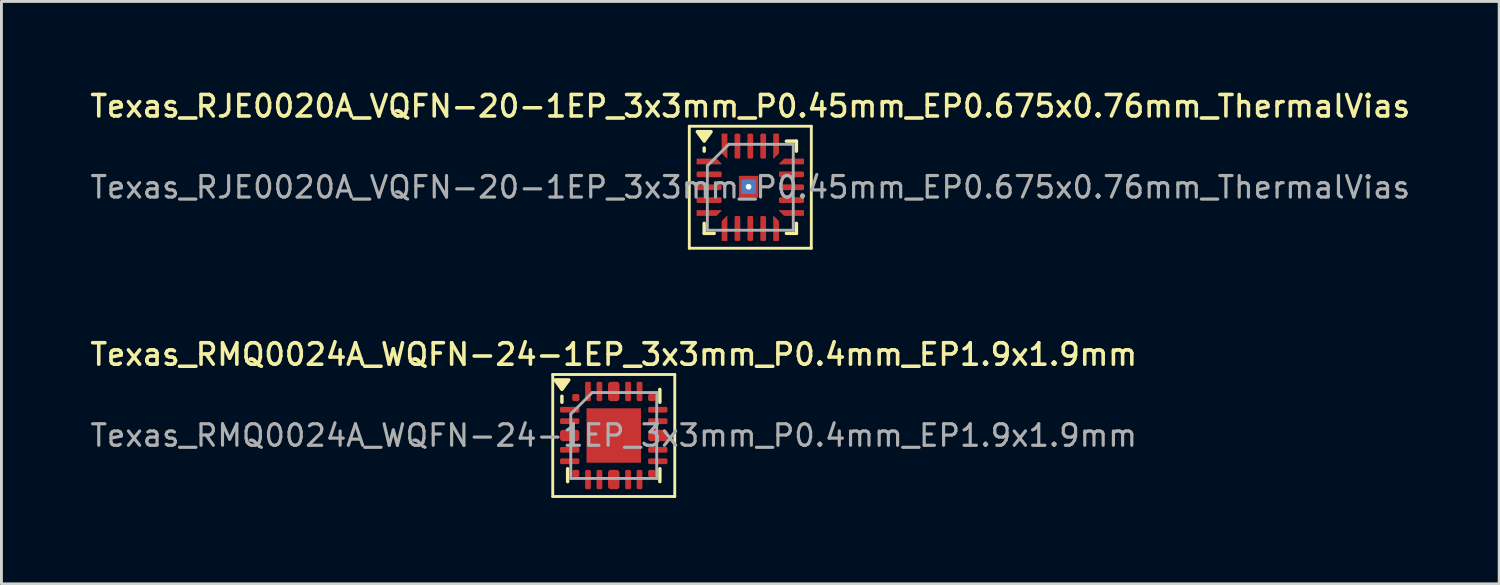
<source format=kicad_pcb>
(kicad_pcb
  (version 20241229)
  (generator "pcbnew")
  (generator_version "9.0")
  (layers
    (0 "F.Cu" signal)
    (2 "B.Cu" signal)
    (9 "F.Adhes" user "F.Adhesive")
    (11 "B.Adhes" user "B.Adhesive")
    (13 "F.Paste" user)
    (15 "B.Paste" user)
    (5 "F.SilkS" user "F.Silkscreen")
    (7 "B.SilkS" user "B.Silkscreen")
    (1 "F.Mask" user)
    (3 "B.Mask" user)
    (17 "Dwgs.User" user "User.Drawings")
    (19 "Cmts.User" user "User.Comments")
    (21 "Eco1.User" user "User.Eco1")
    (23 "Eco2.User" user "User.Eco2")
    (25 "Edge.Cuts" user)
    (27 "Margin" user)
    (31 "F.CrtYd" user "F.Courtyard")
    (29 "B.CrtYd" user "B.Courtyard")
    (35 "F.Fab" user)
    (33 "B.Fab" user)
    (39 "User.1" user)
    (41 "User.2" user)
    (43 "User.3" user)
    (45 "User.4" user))
  (footprint "Texas_RMQ0024A_WQFN-24-1EP_3x3mm_P0.4mm_EP1.9x1.9mm"
    (layer "F.Cu")
    (at 18.38 12.156)
    (property "Reference" "Texas_RMQ0024A_WQFN-24-1EP_3x3mm_P0.4mm_EP1.9x1.9mm" (at 0 -2.83 0) (layer "F.SilkS") (effects (font (size 0.75 0.75) (thickness 0.125))))
    (attr smd)
    (fp_line (start -2.13 -2.13) (end -2.13 2.13) (stroke (width 0.1) (type solid)) (layer "F.SilkS"))
    (fp_line (start -2.13 2.13) (end 2.13 2.13) (stroke (width 0.1) (type solid)) (layer "F.SilkS"))
    (fp_line (start -1.81 -1.16) (end -1.81 -1.37) (stroke (width 0.12) (type solid)) (layer "F.SilkS"))
    (fp_line (start -1.61 1.61) (end -1.61 1.16) (stroke (width 0.12) (type solid)) (layer "F.SilkS"))
    (fp_line (start 1.61 -1.61) (end 1.61 -1.16) (stroke (width 0.12) (type solid)) (layer "F.SilkS"))
    (fp_line (start 1.61 1.61) (end 1.61 1.16) (stroke (width 0.12) (type solid)) (layer "F.SilkS"))
    (fp_line (start 2.13 -2.13) (end -2.13 -2.13) (stroke (width 0.1) (type solid)) (layer "F.SilkS"))
    (fp_line (start 2.13 2.13) (end 2.13 -2.13) (stroke (width 0.1) (type solid)) (layer "F.SilkS"))
    (fp_poly (pts (xy -1.81 -1.61) (xy -2.05 -1.94) (xy -1.57 -1.94) (xy -1.81 -1.61)) (stroke (width 0.12) (type solid)) (fill yes) (layer "F.SilkS"))
    (fp_line (start -1.5 -0.75) (end -0.75 -1.5) (stroke (width 0.1) (type solid)) (layer "F.Fab"))
    (fp_line (start -1.5 1.5) (end -1.5 -0.75) (stroke (width 0.1) (type solid)) (layer "F.Fab"))
    (fp_line (start -0.75 -1.5) (end 1.5 -1.5) (stroke (width 0.1) (type solid)) (layer "F.Fab"))
    (fp_line (start 1.5 -1.5) (end 1.5 1.5) (stroke (width 0.1) (type solid)) (layer "F.Fab"))
    (fp_line (start 1.5 1.5) (end -1.5 1.5) (stroke (width 0.1) (type solid)) (layer "F.Fab"))
    (fp_text user "${REFERENCE}" (at 0 0 0) (layer "F.Fab") (effects (font (size 0.75 0.75) (thickness 0.11))))
    (pad "" smd roundrect (at 0 0) (size 1.53 1.53) (layers "F.Paste") (roundrect_rratio 0.163))
    (pad "1" smd roundrect (at -1.538 -0.9) (size 0.675 0.2) (layers "F.Cu" "F.Mask" "F.Paste") (roundrect_rratio 0.25))
    (pad "2" smd roundrect (at -1.538 -0.5) (size 0.675 0.2) (layers "F.Cu" "F.Mask" "F.Paste") (roundrect_rratio 0.25))
    (pad "3" smd roundrect (at -1.538 0) (size 0.675 0.4) (layers "F.Cu" "F.Mask" "F.Paste") (roundrect_rratio 0.25))
    (pad "4" smd roundrect (at -1.538 0.5) (size 0.675 0.2) (layers "F.Cu" "F.Mask" "F.Paste") (roundrect_rratio 0.25))
    (pad "5" smd roundrect (at -1.538 0.9) (size 0.675 0.2) (layers "F.Cu" "F.Mask" "F.Paste") (roundrect_rratio 0.25))
    (pad "6" smd roundrect (at -1.325 1.325) (size 0.25 0.25) (layers "F.Cu" "F.Mask" "F.Paste") (roundrect_rratio 0.25))
    (pad "7" smd roundrect (at -0.9 1.538) (size 0.2 0.675) (layers "F.Cu" "F.Mask" "F.Paste") (roundrect_rratio 0.25))
    (pad "8" smd roundrect (at -0.5 1.538) (size 0.2 0.675) (layers "F.Cu" "F.Mask" "F.Paste") (roundrect_rratio 0.25))
    (pad "9" smd roundrect (at 0 1.538) (size 0.4 0.675) (layers "F.Cu" "F.Mask" "F.Paste") (roundrect_rratio 0.25))
    (pad "10" smd roundrect (at 0.5 1.538) (size 0.2 0.675) (layers "F.Cu" "F.Mask" "F.Paste") (roundrect_rratio 0.25))
    (pad "11" smd roundrect (at 0.9 1.538) (size 0.2 0.675) (layers "F.Cu" "F.Mask" "F.Paste") (roundrect_rratio 0.25))
    (pad "12" smd roundrect (at 1.325 1.325) (size 0.25 0.25) (layers "F.Cu" "F.Mask" "F.Paste") (roundrect_rratio 0.25))
    (pad "13" smd roundrect (at 1.538 0.9) (size 0.675 0.2) (layers "F.Cu" "F.Mask" "F.Paste") (roundrect_rratio 0.25))
    (pad "14" smd roundrect (at 1.538 0.5) (size 0.675 0.2) (layers "F.Cu" "F.Mask" "F.Paste") (roundrect_rratio 0.25))
    (pad "15" smd roundrect (at 1.538 0) (size 0.675 0.4) (layers "F.Cu" "F.Mask" "F.Paste") (roundrect_rratio 0.25))
    (pad "16" smd roundrect (at 1.538 -0.5) (size 0.675 0.2) (layers "F.Cu" "F.Mask" "F.Paste") (roundrect_rratio 0.25))
    (pad "17" smd roundrect (at 1.538 -0.9) (size 0.675 0.2) (layers "F.Cu" "F.Mask" "F.Paste") (roundrect_rratio 0.25))
    (pad "18" smd roundrect (at 1.325 -1.325) (size 0.25 0.25) (layers "F.Cu" "F.Mask" "F.Paste") (roundrect_rratio 0.25))
    (pad "19" smd roundrect (at 0.9 -1.538) (size 0.2 0.675) (layers "F.Cu" "F.Mask" "F.Paste") (roundrect_rratio 0.25))
    (pad "20" smd roundrect (at 0.5 -1.538) (size 0.2 0.675) (layers "F.Cu" "F.Mask" "F.Paste") (roundrect_rratio 0.25))
    (pad "21" smd roundrect (at 0 -1.538) (size 0.4 0.675) (layers "F.Cu" "F.Mask" "F.Paste") (roundrect_rratio 0.25))
    (pad "22" smd roundrect (at -0.5 -1.538) (size 0.2 0.675) (layers "F.Cu" "F.Mask" "F.Paste") (roundrect_rratio 0.25))
    (pad "23" smd roundrect (at -0.9 -1.538) (size 0.2 0.675) (layers "F.Cu" "F.Mask" "F.Paste") (roundrect_rratio 0.25))
    (pad "24" smd roundrect (at -1.325 -1.325) (size 0.25 0.25) (layers "F.Cu" "F.Mask" "F.Paste") (roundrect_rratio 0.25))
    (pad "25" smd rect (at 0 0) (size 1.9 1.9) (property pad_prop_heatsink) (layers "F.Cu" "F.Mask")))
  (footprint "Texas_RJE0020A_VQFN-20-1EP_3x3mm_P0.45mm_EP0.675x0.76mm_ThermalVias"
    (layer "F.Cu")
    (at 23.148 3.488)
    (property "Reference" "Texas_RJE0020A_VQFN-20-1EP_3x3mm_P0.45mm_EP0.675x0.76mm_ThermalVias" (at 0 -2.83 0) (layer "F.SilkS") (effects (font (size 0.75 0.75) (thickness 0.125))))
    (attr smd)
    (fp_line (start -2.13 -2.13) (end -2.13 2.13) (stroke (width 0.1) (type solid)) (layer "F.SilkS"))
    (fp_line (start -2.13 2.13) (end 2.13 2.13) (stroke (width 0.1) (type solid)) (layer "F.SilkS"))
    (fp_line (start -1.61 -1.26) (end -1.61 -1.37) (stroke (width 0.12) (type solid)) (layer "F.SilkS"))
    (fp_line (start -1.61 1.61) (end -1.61 1.26) (stroke (width 0.12) (type solid)) (layer "F.SilkS"))
    (fp_line (start -1.26 1.61) (end -1.61 1.61) (stroke (width 0.12) (type solid)) (layer "F.SilkS"))
    (fp_line (start 1.26 -1.61) (end 1.61 -1.61) (stroke (width 0.12) (type solid)) (layer "F.SilkS"))
    (fp_line (start 1.26 1.61) (end 1.61 1.61) (stroke (width 0.12) (type solid)) (layer "F.SilkS"))
    (fp_line (start 1.61 -1.61) (end 1.61 -1.26) (stroke (width 0.12) (type solid)) (layer "F.SilkS"))
    (fp_line (start 1.61 1.61) (end 1.61 1.26) (stroke (width 0.12) (type solid)) (layer "F.SilkS"))
    (fp_line (start 2.13 -2.13) (end -2.13 -2.13) (stroke (width 0.1) (type solid)) (layer "F.SilkS"))
    (fp_line (start 2.13 2.13) (end 2.13 -2.13) (stroke (width 0.1) (type solid)) (layer "F.SilkS"))
    (fp_poly (pts (xy -1.61 -1.61) (xy -1.85 -1.94) (xy -1.37 -1.94) (xy -1.61 -1.61)) (stroke (width 0.12) (type solid)) (fill yes) (layer "F.SilkS"))
    (fp_line (start -1.5 -0.75) (end -0.75 -1.5) (stroke (width 0.1) (type solid)) (layer "F.Fab"))
    (fp_line (start -1.5 1.5) (end -1.5 -0.75) (stroke (width 0.1) (type solid)) (layer "F.Fab"))
    (fp_line (start -0.75 -1.5) (end 1.5 -1.5) (stroke (width 0.1) (type solid)) (layer "F.Fab"))
    (fp_line (start 1.5 -1.5) (end 1.5 1.5) (stroke (width 0.1) (type solid)) (layer "F.Fab"))
    (fp_line (start 1.5 1.5) (end -1.5 1.5) (stroke (width 0.1) (type solid)) (layer "F.Fab"))
    (fp_text user "${REFERENCE}" (at 0 0 0) (layer "F.Fab") (effects (font (size 0.75 0.75) (thickness 0.11))))
    (pad "" smd roundrect (at -0.06 -0.018) (size 0.64 0.72) (layers "F.Paste") (roundrect_rratio 0.25))
    (pad "1" smd custom (at -1.438 -0.9) (size 0.073 0.073) (layers "F.Cu" "F.Mask" "F.Paste") (options (anchor circle)) (primitives (gr_poly (pts (xy -0.427 -0.09) (xy 0.253 -0.09) (xy 0.427 0.084) (xy 0.427 0.09) (xy -0.427 0.09)) (width 0.02) (fill yes))))
    (pad "2" smd roundrect (at -1.438 -0.45) (size 0.875 0.2) (layers "F.Cu" "F.Mask" "F.Paste") (roundrect_rratio 0.25))
    (pad "3" smd roundrect (at -1.438 0) (size 0.875 0.2) (layers "F.Cu" "F.Mask" "F.Paste") (roundrect_rratio 0.25))
    (pad "4" smd roundrect (at -1.438 0.45) (size 0.875 0.2) (layers "F.Cu" "F.Mask" "F.Paste") (roundrect_rratio 0.25))
    (pad "5" smd custom (at -1.438 0.9) (size 0.073 0.073) (layers "F.Cu" "F.Mask" "F.Paste") (options (anchor circle)) (primitives (gr_poly (pts (xy -0.427 -0.09) (xy 0.427 -0.09) (xy 0.427 -0.084) (xy 0.253 0.09) (xy -0.427 0.09)) (width 0.02) (fill yes))))
    (pad "6" smd custom (at -0.9 1.438) (size 0.073 0.073) (layers "F.Cu" "F.Mask" "F.Paste") (options (anchor circle)) (primitives (gr_poly (pts (xy -0.09 -0.253) (xy 0.084 -0.427) (xy 0.09 -0.427) (xy 0.09 0.427) (xy -0.09 0.427)) (width 0.02) (fill yes))))
    (pad "7" smd roundrect (at -0.45 1.438) (size 0.2 0.875) (layers "F.Cu" "F.Mask" "F.Paste") (roundrect_rratio 0.25))
    (pad "8" smd roundrect (at 0 1.438) (size 0.2 0.875) (layers "F.Cu" "F.Mask" "F.Paste") (roundrect_rratio 0.25))
    (pad "9" smd roundrect (at 0.45 1.438) (size 0.2 0.875) (layers "F.Cu" "F.Mask" "F.Paste") (roundrect_rratio 0.25))
    (pad "10" smd custom (at 0.9 1.438) (size 0.073 0.073) (layers "F.Cu" "F.Mask" "F.Paste") (options (anchor circle)) (primitives (gr_poly (pts (xy -0.09 -0.427) (xy -0.084 -0.427) (xy 0.09 -0.253) (xy 0.09 0.427) (xy -0.09 0.427)) (width 0.02) (fill yes))))
    (pad "11" smd custom (at 1.438 0.9) (size 0.073 0.073) (layers "F.Cu" "F.Mask" "F.Paste") (options (anchor circle)) (primitives (gr_poly (pts (xy -0.427 -0.09) (xy 0.427 -0.09) (xy 0.427 0.09) (xy -0.253 0.09) (xy -0.427 -0.084)) (width 0.02) (fill yes))))
    (pad "12" smd roundrect (at 1.438 0.45) (size 0.875 0.2) (layers "F.Cu" "F.Mask" "F.Paste") (roundrect_rratio 0.25))
    (pad "13" smd roundrect (at 1.438 0) (size 0.875 0.2) (layers "F.Cu" "F.Mask" "F.Paste") (roundrect_rratio 0.25))
    (pad "14" smd roundrect (at 1.438 -0.45) (size 0.875 0.2) (layers "F.Cu" "F.Mask" "F.Paste") (roundrect_rratio 0.25))
    (pad "15" smd custom (at 1.438 -0.9) (size 0.073 0.073) (layers "F.Cu" "F.Mask" "F.Paste") (options (anchor circle)) (primitives (gr_poly (pts (xy -0.427 0.084) (xy -0.253 -0.09) (xy 0.427 -0.09) (xy 0.427 0.09) (xy -0.427 0.09)) (width 0.02) (fill yes))))
    (pad "16" smd custom (at 0.9 -1.438) (size 0.073 0.073) (layers "F.Cu" "F.Mask" "F.Paste") (options (anchor circle)) (primitives (gr_poly (pts (xy -0.09 -0.427) (xy 0.09 -0.427) (xy 0.09 0.253) (xy -0.084 0.427) (xy -0.09 0.427)) (width 0.02) (fill yes))))
    (pad "17" smd roundrect (at 0.45 -1.438) (size 0.2 0.875) (layers "F.Cu" "F.Mask" "F.Paste") (roundrect_rratio 0.25))
    (pad "18" smd roundrect (at 0 -1.438) (size 0.2 0.875) (layers "F.Cu" "F.Mask" "F.Paste") (roundrect_rratio 0.25))
    (pad "19" smd roundrect (at -0.45 -1.438) (size 0.2 0.875) (layers "F.Cu" "F.Mask" "F.Paste") (roundrect_rratio 0.25))
    (pad "20" smd custom (at -0.9 -1.438) (size 0.073 0.073) (layers "F.Cu" "F.Mask" "F.Paste") (options (anchor circle)) (primitives (gr_poly (pts (xy -0.09 -0.427) (xy 0.09 -0.427) (xy 0.09 0.427) (xy 0.084 0.427) (xy -0.09 0.253)) (width 0.02) (fill yes))))
    (pad "21" thru_hole circle (at -0.06 -0.018) (size 0.5 0.5) (drill 0.2) (property pad_prop_heatsink) (layers "*.Cu"))
    (pad "21" smd rect (at -0.06 -0.018) (size 0.5 0.5) (property pad_prop_heatsink) (layers "B.Cu"))
    (pad "21" smd rect (at -0.06 -0.018) (size 0.675 0.76) (property pad_prop_heatsink) (layers "F.Cu" "F.Mask")))
  (gr_rect
    (start -3 -3)
    (end 49.296 17.336)
    (stroke (width 0.1) (type default))
    (fill no)
    (layer "Edge.Cuts")))
</source>
